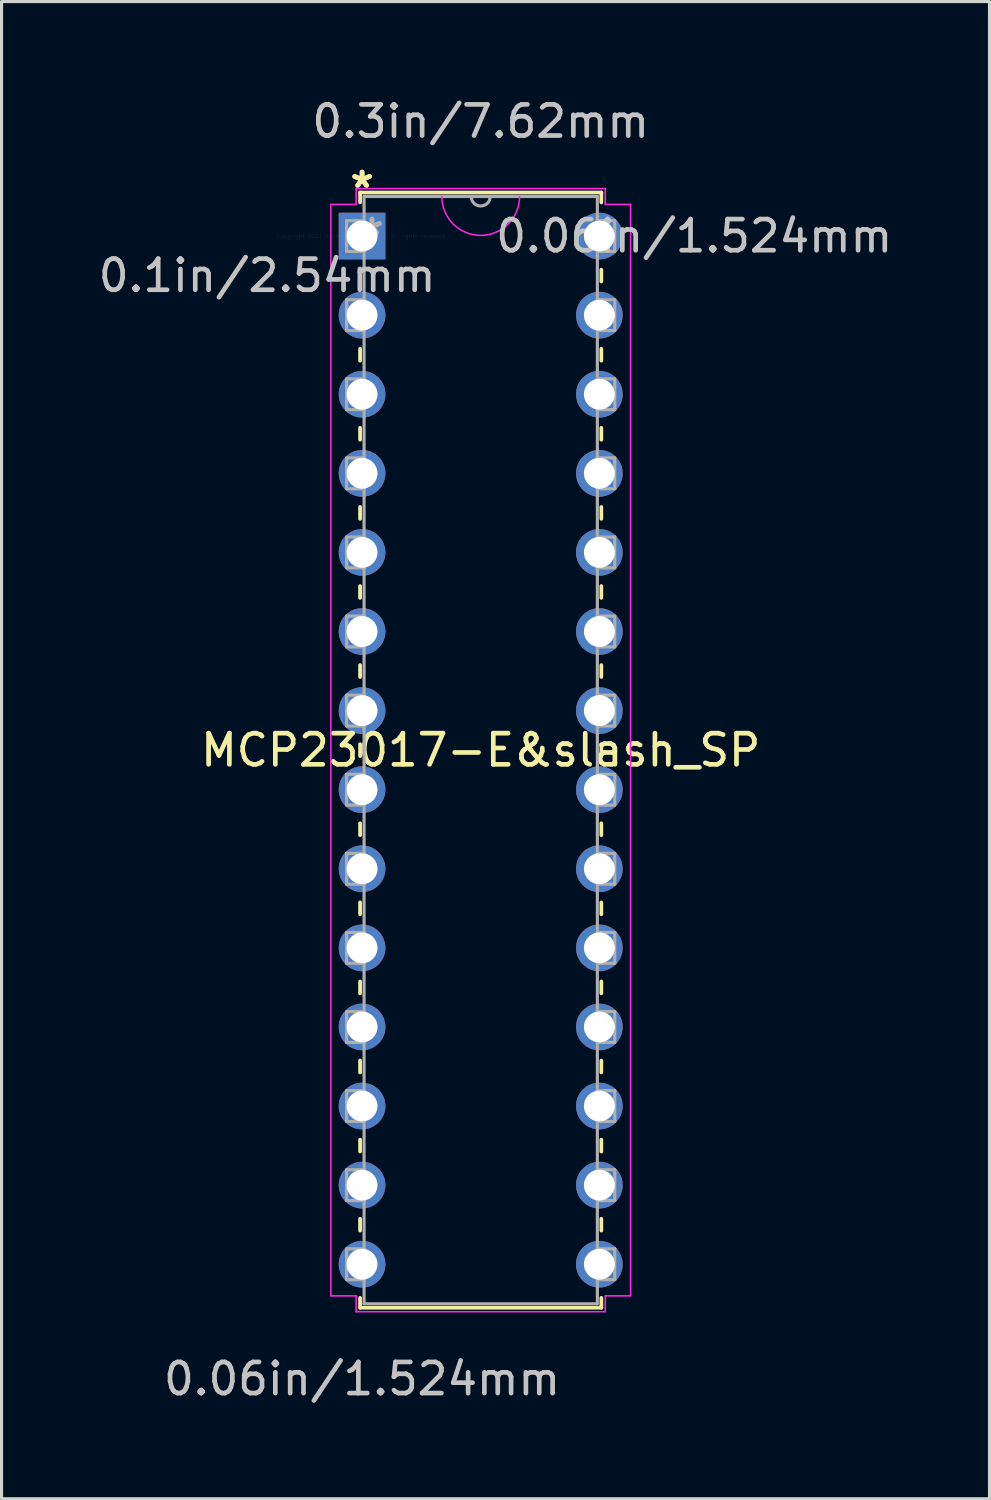
<source format=kicad_pcb>
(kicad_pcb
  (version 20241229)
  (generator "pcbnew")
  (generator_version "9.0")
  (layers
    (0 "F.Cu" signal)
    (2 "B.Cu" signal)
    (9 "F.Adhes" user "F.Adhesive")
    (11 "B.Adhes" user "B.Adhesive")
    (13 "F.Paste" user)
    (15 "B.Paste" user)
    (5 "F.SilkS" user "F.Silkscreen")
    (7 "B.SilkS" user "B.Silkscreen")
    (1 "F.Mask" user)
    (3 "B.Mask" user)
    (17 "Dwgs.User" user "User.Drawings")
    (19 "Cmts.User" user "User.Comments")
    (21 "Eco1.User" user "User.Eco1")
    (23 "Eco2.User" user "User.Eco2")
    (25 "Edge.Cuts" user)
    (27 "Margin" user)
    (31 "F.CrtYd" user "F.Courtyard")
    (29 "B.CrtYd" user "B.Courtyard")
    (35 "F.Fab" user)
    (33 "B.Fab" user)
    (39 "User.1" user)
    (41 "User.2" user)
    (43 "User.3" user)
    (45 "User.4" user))
  (footprint "MCP23017-E&slash_SP"
    (layer "F.Cu")
    (at 8.578 4.531)
    (property "Reference" "MCP23017-E&slash_SP" (at 3.81 16.51 0) (layer "F.SilkS") (effects (font (size 1 1) (thickness 0.15))))
    (attr through_hole)
    (fp_line (start -0.064 -1.397) (end -0.064 -1.082) (stroke (width 0.12) (type solid)) (layer "F.SilkS"))
    (fp_line (start -0.064 1.082) (end -0.064 1.46) (stroke (width 0.12) (type solid)) (layer "F.SilkS"))
    (fp_line (start -0.064 3.62) (end -0.064 4) (stroke (width 0.12) (type solid)) (layer "F.SilkS"))
    (fp_line (start -0.064 6.16) (end -0.064 6.54) (stroke (width 0.12) (type solid)) (layer "F.SilkS"))
    (fp_line (start -0.064 8.7) (end -0.064 9.08) (stroke (width 0.12) (type solid)) (layer "F.SilkS"))
    (fp_line (start -0.064 11.24) (end -0.064 11.62) (stroke (width 0.12) (type solid)) (layer "F.SilkS"))
    (fp_line (start -0.064 13.78) (end -0.064 14.16) (stroke (width 0.12) (type solid)) (layer "F.SilkS"))
    (fp_line (start -0.064 16.32) (end -0.064 16.7) (stroke (width 0.12) (type solid)) (layer "F.SilkS"))
    (fp_line (start -0.064 18.86) (end -0.064 19.24) (stroke (width 0.12) (type solid)) (layer "F.SilkS"))
    (fp_line (start -0.064 21.4) (end -0.064 21.78) (stroke (width 0.12) (type solid)) (layer "F.SilkS"))
    (fp_line (start -0.064 23.94) (end -0.064 24.32) (stroke (width 0.12) (type solid)) (layer "F.SilkS"))
    (fp_line (start -0.064 26.48) (end -0.064 26.86) (stroke (width 0.12) (type solid)) (layer "F.SilkS"))
    (fp_line (start -0.064 29.02) (end -0.064 29.4) (stroke (width 0.12) (type solid)) (layer "F.SilkS"))
    (fp_line (start -0.064 31.56) (end -0.064 31.94) (stroke (width 0.12) (type solid)) (layer "F.SilkS"))
    (fp_line (start -0.064 34.1) (end -0.064 34.417) (stroke (width 0.12) (type solid)) (layer "F.SilkS"))
    (fp_line (start -0.064 34.417) (end 7.684 34.417) (stroke (width 0.12) (type solid)) (layer "F.SilkS"))
    (fp_line (start 7.684 -1.397) (end -0.064 -1.397) (stroke (width 0.12) (type solid)) (layer "F.SilkS"))
    (fp_line (start 7.684 -1.08) (end 7.684 -1.397) (stroke (width 0.12) (type solid)) (layer "F.SilkS"))
    (fp_line (start 7.684 1.46) (end 7.684 1.08) (stroke (width 0.12) (type solid)) (layer "F.SilkS"))
    (fp_line (start 7.684 4) (end 7.684 3.62) (stroke (width 0.12) (type solid)) (layer "F.SilkS"))
    (fp_line (start 7.684 6.54) (end 7.684 6.16) (stroke (width 0.12) (type solid)) (layer "F.SilkS"))
    (fp_line (start 7.684 9.08) (end 7.684 8.7) (stroke (width 0.12) (type solid)) (layer "F.SilkS"))
    (fp_line (start 7.684 11.62) (end 7.684 11.24) (stroke (width 0.12) (type solid)) (layer "F.SilkS"))
    (fp_line (start 7.684 14.16) (end 7.684 13.78) (stroke (width 0.12) (type solid)) (layer "F.SilkS"))
    (fp_line (start 7.684 16.7) (end 7.684 16.32) (stroke (width 0.12) (type solid)) (layer "F.SilkS"))
    (fp_line (start 7.684 19.24) (end 7.684 18.86) (stroke (width 0.12) (type solid)) (layer "F.SilkS"))
    (fp_line (start 7.684 21.78) (end 7.684 21.4) (stroke (width 0.12) (type solid)) (layer "F.SilkS"))
    (fp_line (start 7.684 24.32) (end 7.684 23.94) (stroke (width 0.12) (type solid)) (layer "F.SilkS"))
    (fp_line (start 7.684 26.86) (end 7.684 26.48) (stroke (width 0.12) (type solid)) (layer "F.SilkS"))
    (fp_line (start 7.684 29.4) (end 7.684 29.02) (stroke (width 0.12) (type solid)) (layer "F.SilkS"))
    (fp_line (start 7.684 31.94) (end 7.684 31.56) (stroke (width 0.12) (type solid)) (layer "F.SilkS"))
    (fp_line (start 7.684 34.417) (end 7.684 34.1) (stroke (width 0.12) (type solid)) (layer "F.SilkS"))
    (fp_line (start -1.003 -1.016) (end -1.003 34.036) (stroke (width 0.05) (type solid)) (layer "F.CrtYd"))
    (fp_line (start -1.003 34.036) (end -0.191 34.036) (stroke (width 0.05) (type solid)) (layer "F.CrtYd"))
    (fp_line (start -0.191 -1.524) (end -0.191 -1.016) (stroke (width 0.05) (type solid)) (layer "F.CrtYd"))
    (fp_line (start -0.191 -1.016) (end -1.003 -1.016) (stroke (width 0.05) (type solid)) (layer "F.CrtYd"))
    (fp_line (start -0.191 34.036) (end -0.191 34.544) (stroke (width 0.05) (type solid)) (layer "F.CrtYd"))
    (fp_line (start -0.191 34.544) (end 7.811 34.544) (stroke (width 0.05) (type solid)) (layer "F.CrtYd"))
    (fp_line (start 7.811 -1.524) (end -0.191 -1.524) (stroke (width 0.05) (type solid)) (layer "F.CrtYd"))
    (fp_line (start 7.811 -1.016) (end 7.811 -1.524) (stroke (width 0.05) (type solid)) (layer "F.CrtYd"))
    (fp_line (start 7.811 34.036) (end 8.623 34.036) (stroke (width 0.05) (type solid)) (layer "F.CrtYd"))
    (fp_line (start 7.811 34.544) (end 7.811 34.036) (stroke (width 0.05) (type solid)) (layer "F.CrtYd"))
    (fp_line (start 8.623 -1.016) (end 7.811 -1.016) (stroke (width 0.05) (type solid)) (layer "F.CrtYd"))
    (fp_line (start 8.623 34.036) (end 8.623 -1.016) (stroke (width 0.05) (type solid)) (layer "F.CrtYd"))
    (fp_arc (start 5.058833 -1.27) (mid 3.81 -0.021167) (end 2.561167 -1.27) (stroke (width 0.05) (type solid)) (layer "F.CrtYd"))
    (fp_line (start -0.495 -0.495) (end -0.495 0.495) (stroke (width 0.1) (type solid)) (layer "F.Fab"))
    (fp_line (start -0.495 0.495) (end 0.064 0.495) (stroke (width 0.1) (type solid)) (layer "F.Fab"))
    (fp_line (start -0.495 2.045) (end -0.495 3.035) (stroke (width 0.1) (type solid)) (layer "F.Fab"))
    (fp_line (start -0.495 3.035) (end 0.064 3.035) (stroke (width 0.1) (type solid)) (layer "F.Fab"))
    (fp_line (start -0.495 4.585) (end -0.495 5.575) (stroke (width 0.1) (type solid)) (layer "F.Fab"))
    (fp_line (start -0.495 5.575) (end 0.064 5.575) (stroke (width 0.1) (type solid)) (layer "F.Fab"))
    (fp_line (start -0.495 7.125) (end -0.495 8.115) (stroke (width 0.1) (type solid)) (layer "F.Fab"))
    (fp_line (start -0.495 8.115) (end 0.064 8.115) (stroke (width 0.1) (type solid)) (layer "F.Fab"))
    (fp_line (start -0.495 9.665) (end -0.495 10.655) (stroke (width 0.1) (type solid)) (layer "F.Fab"))
    (fp_line (start -0.495 10.655) (end 0.064 10.655) (stroke (width 0.1) (type solid)) (layer "F.Fab"))
    (fp_line (start -0.495 12.205) (end -0.495 13.195) (stroke (width 0.1) (type solid)) (layer "F.Fab"))
    (fp_line (start -0.495 13.195) (end 0.064 13.195) (stroke (width 0.1) (type solid)) (layer "F.Fab"))
    (fp_line (start -0.495 14.745) (end -0.495 15.735) (stroke (width 0.1) (type solid)) (layer "F.Fab"))
    (fp_line (start -0.495 15.735) (end 0.064 15.735) (stroke (width 0.1) (type solid)) (layer "F.Fab"))
    (fp_line (start -0.495 17.285) (end -0.495 18.275) (stroke (width 0.1) (type solid)) (layer "F.Fab"))
    (fp_line (start -0.495 18.275) (end 0.064 18.275) (stroke (width 0.1) (type solid)) (layer "F.Fab"))
    (fp_line (start -0.495 19.825) (end -0.495 20.815) (stroke (width 0.1) (type solid)) (layer "F.Fab"))
    (fp_line (start -0.495 20.815) (end 0.064 20.815) (stroke (width 0.1) (type solid)) (layer "F.Fab"))
    (fp_line (start -0.495 22.365) (end -0.495 23.355) (stroke (width 0.1) (type solid)) (layer "F.Fab"))
    (fp_line (start -0.495 23.355) (end 0.064 23.355) (stroke (width 0.1) (type solid)) (layer "F.Fab"))
    (fp_line (start -0.495 24.905) (end -0.495 25.895) (stroke (width 0.1) (type solid)) (layer "F.Fab"))
    (fp_line (start -0.495 25.895) (end 0.064 25.895) (stroke (width 0.1) (type solid)) (layer "F.Fab"))
    (fp_line (start -0.495 27.445) (end -0.495 28.435) (stroke (width 0.1) (type solid)) (layer "F.Fab"))
    (fp_line (start -0.495 28.435) (end 0.064 28.435) (stroke (width 0.1) (type solid)) (layer "F.Fab"))
    (fp_line (start -0.495 29.985) (end -0.495 30.975) (stroke (width 0.1) (type solid)) (layer "F.Fab"))
    (fp_line (start -0.495 30.975) (end 0.064 30.975) (stroke (width 0.1) (type solid)) (layer "F.Fab"))
    (fp_line (start -0.495 32.525) (end -0.495 33.515) (stroke (width 0.1) (type solid)) (layer "F.Fab"))
    (fp_line (start -0.495 33.515) (end 0.064 33.515) (stroke (width 0.1) (type solid)) (layer "F.Fab"))
    (fp_line (start 0.064 -1.27) (end 0.064 34.29) (stroke (width 0.1) (type solid)) (layer "F.Fab"))
    (fp_line (start 0.064 -0.495) (end -0.495 -0.495) (stroke (width 0.1) (type solid)) (layer "F.Fab"))
    (fp_line (start 0.064 0.495) (end 0.064 -0.495) (stroke (width 0.1) (type solid)) (layer "F.Fab"))
    (fp_line (start 0.064 2.045) (end -0.495 2.045) (stroke (width 0.1) (type solid)) (layer "F.Fab"))
    (fp_line (start 0.064 3.035) (end 0.064 2.045) (stroke (width 0.1) (type solid)) (layer "F.Fab"))
    (fp_line (start 0.064 4.585) (end -0.495 4.585) (stroke (width 0.1) (type solid)) (layer "F.Fab"))
    (fp_line (start 0.064 5.575) (end 0.064 4.585) (stroke (width 0.1) (type solid)) (layer "F.Fab"))
    (fp_line (start 0.064 7.125) (end -0.495 7.125) (stroke (width 0.1) (type solid)) (layer "F.Fab"))
    (fp_line (start 0.064 8.115) (end 0.064 7.125) (stroke (width 0.1) (type solid)) (layer "F.Fab"))
    (fp_line (start 0.064 9.665) (end -0.495 9.665) (stroke (width 0.1) (type solid)) (layer "F.Fab"))
    (fp_line (start 0.064 10.655) (end 0.064 9.665) (stroke (width 0.1) (type solid)) (layer "F.Fab"))
    (fp_line (start 0.064 12.205) (end -0.495 12.205) (stroke (width 0.1) (type solid)) (layer "F.Fab"))
    (fp_line (start 0.064 13.195) (end 0.064 12.205) (stroke (width 0.1) (type solid)) (layer "F.Fab"))
    (fp_line (start 0.064 14.745) (end -0.495 14.745) (stroke (width 0.1) (type solid)) (layer "F.Fab"))
    (fp_line (start 0.064 15.735) (end 0.064 14.745) (stroke (width 0.1) (type solid)) (layer "F.Fab"))
    (fp_line (start 0.064 17.285) (end -0.495 17.285) (stroke (width 0.1) (type solid)) (layer "F.Fab"))
    (fp_line (start 0.064 18.275) (end 0.064 17.285) (stroke (width 0.1) (type solid)) (layer "F.Fab"))
    (fp_line (start 0.064 19.825) (end -0.495 19.825) (stroke (width 0.1) (type solid)) (layer "F.Fab"))
    (fp_line (start 0.064 20.815) (end 0.064 19.825) (stroke (width 0.1) (type solid)) (layer "F.Fab"))
    (fp_line (start 0.064 22.365) (end -0.495 22.365) (stroke (width 0.1) (type solid)) (layer "F.Fab"))
    (fp_line (start 0.064 23.355) (end 0.064 22.365) (stroke (width 0.1) (type solid)) (layer "F.Fab"))
    (fp_line (start 0.064 24.905) (end -0.495 24.905) (stroke (width 0.1) (type solid)) (layer "F.Fab"))
    (fp_line (start 0.064 25.895) (end 0.064 24.905) (stroke (width 0.1) (type solid)) (layer "F.Fab"))
    (fp_line (start 0.064 27.445) (end -0.495 27.445) (stroke (width 0.1) (type solid)) (layer "F.Fab"))
    (fp_line (start 0.064 28.435) (end 0.064 27.445) (stroke (width 0.1) (type solid)) (layer "F.Fab"))
    (fp_line (start 0.064 29.985) (end -0.495 29.985) (stroke (width 0.1) (type solid)) (layer "F.Fab"))
    (fp_line (start 0.064 30.975) (end 0.064 29.985) (stroke (width 0.1) (type solid)) (layer "F.Fab"))
    (fp_line (start 0.064 32.525) (end -0.495 32.525) (stroke (width 0.1) (type solid)) (layer "F.Fab"))
    (fp_line (start 0.064 33.515) (end 0.064 32.525) (stroke (width 0.1) (type solid)) (layer "F.Fab"))
    (fp_line (start 0.064 34.29) (end 7.556 34.29) (stroke (width 0.1) (type solid)) (layer "F.Fab"))
    (fp_line (start 7.556 -1.27) (end 0.064 -1.27) (stroke (width 0.1) (type solid)) (layer "F.Fab"))
    (fp_line (start 7.556 -0.495) (end 7.556 0.495) (stroke (width 0.1) (type solid)) (layer "F.Fab"))
    (fp_line (start 7.556 0.495) (end 8.115 0.495) (stroke (width 0.1) (type solid)) (layer "F.Fab"))
    (fp_line (start 7.556 2.045) (end 7.556 3.035) (stroke (width 0.1) (type solid)) (layer "F.Fab"))
    (fp_line (start 7.556 3.035) (end 8.115 3.035) (stroke (width 0.1) (type solid)) (layer "F.Fab"))
    (fp_line (start 7.556 4.585) (end 7.556 5.575) (stroke (width 0.1) (type solid)) (layer "F.Fab"))
    (fp_line (start 7.556 5.575) (end 8.115 5.575) (stroke (width 0.1) (type solid)) (layer "F.Fab"))
    (fp_line (start 7.556 7.125) (end 7.556 8.115) (stroke (width 0.1) (type solid)) (layer "F.Fab"))
    (fp_line (start 7.556 8.115) (end 8.115 8.115) (stroke (width 0.1) (type solid)) (layer "F.Fab"))
    (fp_line (start 7.556 9.665) (end 7.556 10.655) (stroke (width 0.1) (type solid)) (layer "F.Fab"))
    (fp_line (start 7.556 10.655) (end 8.115 10.655) (stroke (width 0.1) (type solid)) (layer "F.Fab"))
    (fp_line (start 7.556 12.205) (end 7.556 13.195) (stroke (width 0.1) (type solid)) (layer "F.Fab"))
    (fp_line (start 7.556 13.195) (end 8.115 13.195) (stroke (width 0.1) (type solid)) (layer "F.Fab"))
    (fp_line (start 7.556 14.745) (end 7.556 15.735) (stroke (width 0.1) (type solid)) (layer "F.Fab"))
    (fp_line (start 7.556 15.735) (end 8.115 15.735) (stroke (width 0.1) (type solid)) (layer "F.Fab"))
    (fp_line (start 7.556 17.285) (end 7.556 18.275) (stroke (width 0.1) (type solid)) (layer "F.Fab"))
    (fp_line (start 7.556 18.275) (end 8.115 18.275) (stroke (width 0.1) (type solid)) (layer "F.Fab"))
    (fp_line (start 7.556 19.825) (end 7.556 20.815) (stroke (width 0.1) (type solid)) (layer "F.Fab"))
    (fp_line (start 7.556 20.815) (end 8.115 20.815) (stroke (width 0.1) (type solid)) (layer "F.Fab"))
    (fp_line (start 7.556 22.365) (end 7.556 23.355) (stroke (width 0.1) (type solid)) (layer "F.Fab"))
    (fp_line (start 7.556 23.355) (end 8.115 23.355) (stroke (width 0.1) (type solid)) (layer "F.Fab"))
    (fp_line (start 7.556 24.905) (end 7.556 25.895) (stroke (width 0.1) (type solid)) (layer "F.Fab"))
    (fp_line (start 7.556 25.895) (end 8.115 25.895) (stroke (width 0.1) (type solid)) (layer "F.Fab"))
    (fp_line (start 7.556 27.445) (end 7.556 28.435) (stroke (width 0.1) (type solid)) (layer "F.Fab"))
    (fp_line (start 7.556 28.435) (end 8.115 28.435) (stroke (width 0.1) (type solid)) (layer "F.Fab"))
    (fp_line (start 7.556 29.985) (end 7.556 30.975) (stroke (width 0.1) (type solid)) (layer "F.Fab"))
    (fp_line (start 7.556 30.975) (end 8.115 30.975) (stroke (width 0.1) (type solid)) (layer "F.Fab"))
    (fp_line (start 7.556 32.525) (end 7.556 33.515) (stroke (width 0.1) (type solid)) (layer "F.Fab"))
    (fp_line (start 7.556 33.515) (end 8.115 33.515) (stroke (width 0.1) (type solid)) (layer "F.Fab"))
    (fp_line (start 7.556 34.29) (end 7.556 -1.27) (stroke (width 0.1) (type solid)) (layer "F.Fab"))
    (fp_line (start 8.115 -0.495) (end 7.556 -0.495) (stroke (width 0.1) (type solid)) (layer "F.Fab"))
    (fp_line (start 8.115 0.495) (end 8.115 -0.495) (stroke (width 0.1) (type solid)) (layer "F.Fab"))
    (fp_line (start 8.115 2.045) (end 7.556 2.045) (stroke (width 0.1) (type solid)) (layer "F.Fab"))
    (fp_line (start 8.115 3.035) (end 8.115 2.045) (stroke (width 0.1) (type solid)) (layer "F.Fab"))
    (fp_line (start 8.115 4.585) (end 7.556 4.585) (stroke (width 0.1) (type solid)) (layer "F.Fab"))
    (fp_line (start 8.115 5.575) (end 8.115 4.585) (stroke (width 0.1) (type solid)) (layer "F.Fab"))
    (fp_line (start 8.115 7.125) (end 7.556 7.125) (stroke (width 0.1) (type solid)) (layer "F.Fab"))
    (fp_line (start 8.115 8.115) (end 8.115 7.125) (stroke (width 0.1) (type solid)) (layer "F.Fab"))
    (fp_line (start 8.115 9.665) (end 7.556 9.665) (stroke (width 0.1) (type solid)) (layer "F.Fab"))
    (fp_line (start 8.115 10.655) (end 8.115 9.665) (stroke (width 0.1) (type solid)) (layer "F.Fab"))
    (fp_line (start 8.115 12.205) (end 7.556 12.205) (stroke (width 0.1) (type solid)) (layer "F.Fab"))
    (fp_line (start 8.115 13.195) (end 8.115 12.205) (stroke (width 0.1) (type solid)) (layer "F.Fab"))
    (fp_line (start 8.115 14.745) (end 7.556 14.745) (stroke (width 0.1) (type solid)) (layer "F.Fab"))
    (fp_line (start 8.115 15.735) (end 8.115 14.745) (stroke (width 0.1) (type solid)) (layer "F.Fab"))
    (fp_line (start 8.115 17.285) (end 7.556 17.285) (stroke (width 0.1) (type solid)) (layer "F.Fab"))
    (fp_line (start 8.115 18.275) (end 8.115 17.285) (stroke (width 0.1) (type solid)) (layer "F.Fab"))
    (fp_line (start 8.115 19.825) (end 7.556 19.825) (stroke (width 0.1) (type solid)) (layer "F.Fab"))
    (fp_line (start 8.115 20.815) (end 8.115 19.825) (stroke (width 0.1) (type solid)) (layer "F.Fab"))
    (fp_line (start 8.115 22.365) (end 7.556 22.365) (stroke (width 0.1) (type solid)) (layer "F.Fab"))
    (fp_line (start 8.115 23.355) (end 8.115 22.365) (stroke (width 0.1) (type solid)) (layer "F.Fab"))
    (fp_line (start 8.115 24.905) (end 7.556 24.905) (stroke (width 0.1) (type solid)) (layer "F.Fab"))
    (fp_line (start 8.115 25.895) (end 8.115 24.905) (stroke (width 0.1) (type solid)) (layer "F.Fab"))
    (fp_line (start 8.115 27.445) (end 7.556 27.445) (stroke (width 0.1) (type solid)) (layer "F.Fab"))
    (fp_line (start 8.115 28.435) (end 8.115 27.445) (stroke (width 0.1) (type solid)) (layer "F.Fab"))
    (fp_line (start 8.115 29.985) (end 7.556 29.985) (stroke (width 0.1) (type solid)) (layer "F.Fab"))
    (fp_line (start 8.115 30.975) (end 8.115 29.985) (stroke (width 0.1) (type solid)) (layer "F.Fab"))
    (fp_line (start 8.115 32.525) (end 7.556 32.525) (stroke (width 0.1) (type solid)) (layer "F.Fab"))
    (fp_line (start 8.115 33.515) (end 8.115 32.525) (stroke (width 0.1) (type solid)) (layer "F.Fab"))
    (fp_arc (start 4.1148 -1.27) (mid 3.81 -0.9652) (end 3.5052 -1.27) (stroke (width 0.1) (type solid)) (layer "F.Fab"))
    (fp_text user "*" (at 0 -1.511 0) (layer "F.SilkS") (effects (font (size 1 1) (thickness 0.15))))
    (fp_text user "*" (at 0 -1.511 0) (layer "F.SilkS") (effects (font (size 1 1) (thickness 0.15))))
    (fp_text user "0.3in/7.62mm" (at 3.81 -3.683 0) (layer "Dwgs.User") (effects (font (size 1 1) (thickness 0.15))))
    (fp_text user "0.06in/1.524mm" (at 10.668 0 0) (layer "Dwgs.User") (effects (font (size 1 1) (thickness 0.15))))
    (fp_text user "0.1in/2.54mm" (at -3.048 1.27 0) (layer "Dwgs.User") (effects (font (size 1 1) (thickness 0.15))))
    (fp_text user "0.06in/1.524mm" (at 0 36.703 0) (layer "Dwgs.User") (effects (font (size 1 1) (thickness 0.15))))
    (fp_text user "Copyright 2021 Accelerated Designs. All rights reserved." (at 0 0 0) (layer "Cmts.User") (effects (font (size 0.127 0.127) (thickness 0.002))))
    (fp_text user "*" (at 0.318 0 0) (layer "F.Fab") (effects (font (size 1 1) (thickness 0.15))))
    (fp_text user "*" (at 0.318 0 0) (layer "F.Fab") (effects (font (size 1 1) (thickness 0.15))))
    (pad "1" thru_hole rect (at 0 0) (size 1.499 1.499) (drill 0.991) (layers "*.Cu" "*.Mask"))
    (pad "2" thru_hole circle (at 0 2.54) (size 1.499 1.499) (drill 0.991) (layers "*.Cu" "*.Mask"))
    (pad "3" thru_hole circle (at 0 5.08) (size 1.499 1.499) (drill 0.991) (layers "*.Cu" "*.Mask"))
    (pad "4" thru_hole circle (at 0 7.62) (size 1.499 1.499) (drill 0.991) (layers "*.Cu" "*.Mask"))
    (pad "5" thru_hole circle (at 0 10.16) (size 1.499 1.499) (drill 0.991) (layers "*.Cu" "*.Mask"))
    (pad "6" thru_hole circle (at 0 12.7) (size 1.499 1.499) (drill 0.991) (layers "*.Cu" "*.Mask"))
    (pad "7" thru_hole circle (at 0 15.24) (size 1.499 1.499) (drill 0.991) (layers "*.Cu" "*.Mask"))
    (pad "8" thru_hole circle (at 0 17.78) (size 1.499 1.499) (drill 0.991) (layers "*.Cu" "*.Mask"))
    (pad "9" thru_hole circle (at 0 20.32) (size 1.499 1.499) (drill 0.991) (layers "*.Cu" "*.Mask"))
    (pad "10" thru_hole circle (at 0 22.86) (size 1.499 1.499) (drill 0.991) (layers "*.Cu" "*.Mask"))
    (pad "11" thru_hole circle (at 0 25.4) (size 1.499 1.499) (drill 0.991) (layers "*.Cu" "*.Mask"))
    (pad "12" thru_hole circle (at 0 27.94) (size 1.499 1.499) (drill 0.991) (layers "*.Cu" "*.Mask"))
    (pad "13" thru_hole circle (at 0 30.48) (size 1.499 1.499) (drill 0.991) (layers "*.Cu" "*.Mask"))
    (pad "14" thru_hole circle (at 0 33.02) (size 1.499 1.499) (drill 0.991) (layers "*.Cu" "*.Mask"))
    (pad "15" thru_hole circle (at 7.62 33.02) (size 1.499 1.499) (drill 0.991) (layers "*.Cu" "*.Mask"))
    (pad "16" thru_hole circle (at 7.62 30.48) (size 1.499 1.499) (drill 0.991) (layers "*.Cu" "*.Mask"))
    (pad "17" thru_hole circle (at 7.62 27.94) (size 1.499 1.499) (drill 0.991) (layers "*.Cu" "*.Mask"))
    (pad "18" thru_hole circle (at 7.62 25.4) (size 1.499 1.499) (drill 0.991) (layers "*.Cu" "*.Mask"))
    (pad "19" thru_hole circle (at 7.62 22.86) (size 1.499 1.499) (drill 0.991) (layers "*.Cu" "*.Mask"))
    (pad "20" thru_hole circle (at 7.62 20.32) (size 1.499 1.499) (drill 0.991) (layers "*.Cu" "*.Mask"))
    (pad "21" thru_hole circle (at 7.62 17.78) (size 1.499 1.499) (drill 0.991) (layers "*.Cu" "*.Mask"))
    (pad "22" thru_hole circle (at 7.62 15.24) (size 1.499 1.499) (drill 0.991) (layers "*.Cu" "*.Mask"))
    (pad "23" thru_hole circle (at 7.62 12.7) (size 1.499 1.499) (drill 0.991) (layers "*.Cu" "*.Mask"))
    (pad "24" thru_hole circle (at 7.62 10.16) (size 1.499 1.499) (drill 0.991) (layers "*.Cu" "*.Mask"))
    (pad "25" thru_hole circle (at 7.62 7.62) (size 1.499 1.499) (drill 0.991) (layers "*.Cu" "*.Mask"))
    (pad "26" thru_hole circle (at 7.62 5.08) (size 1.499 1.499) (drill 0.991) (layers "*.Cu" "*.Mask"))
    (pad "27" thru_hole circle (at 7.62 2.54) (size 1.499 1.499) (drill 0.991) (layers "*.Cu" "*.Mask"))
    (pad "28" thru_hole circle (at 7.62 0) (size 1.499 1.499) (drill 0.991) (layers "*.Cu" "*.Mask")))
  (gr_rect
    (start -3 -3)
    (end 28.728 45.083)
    (stroke (width 0.1) (type default))
    (fill no)
    (layer "Edge.Cuts")))
</source>
